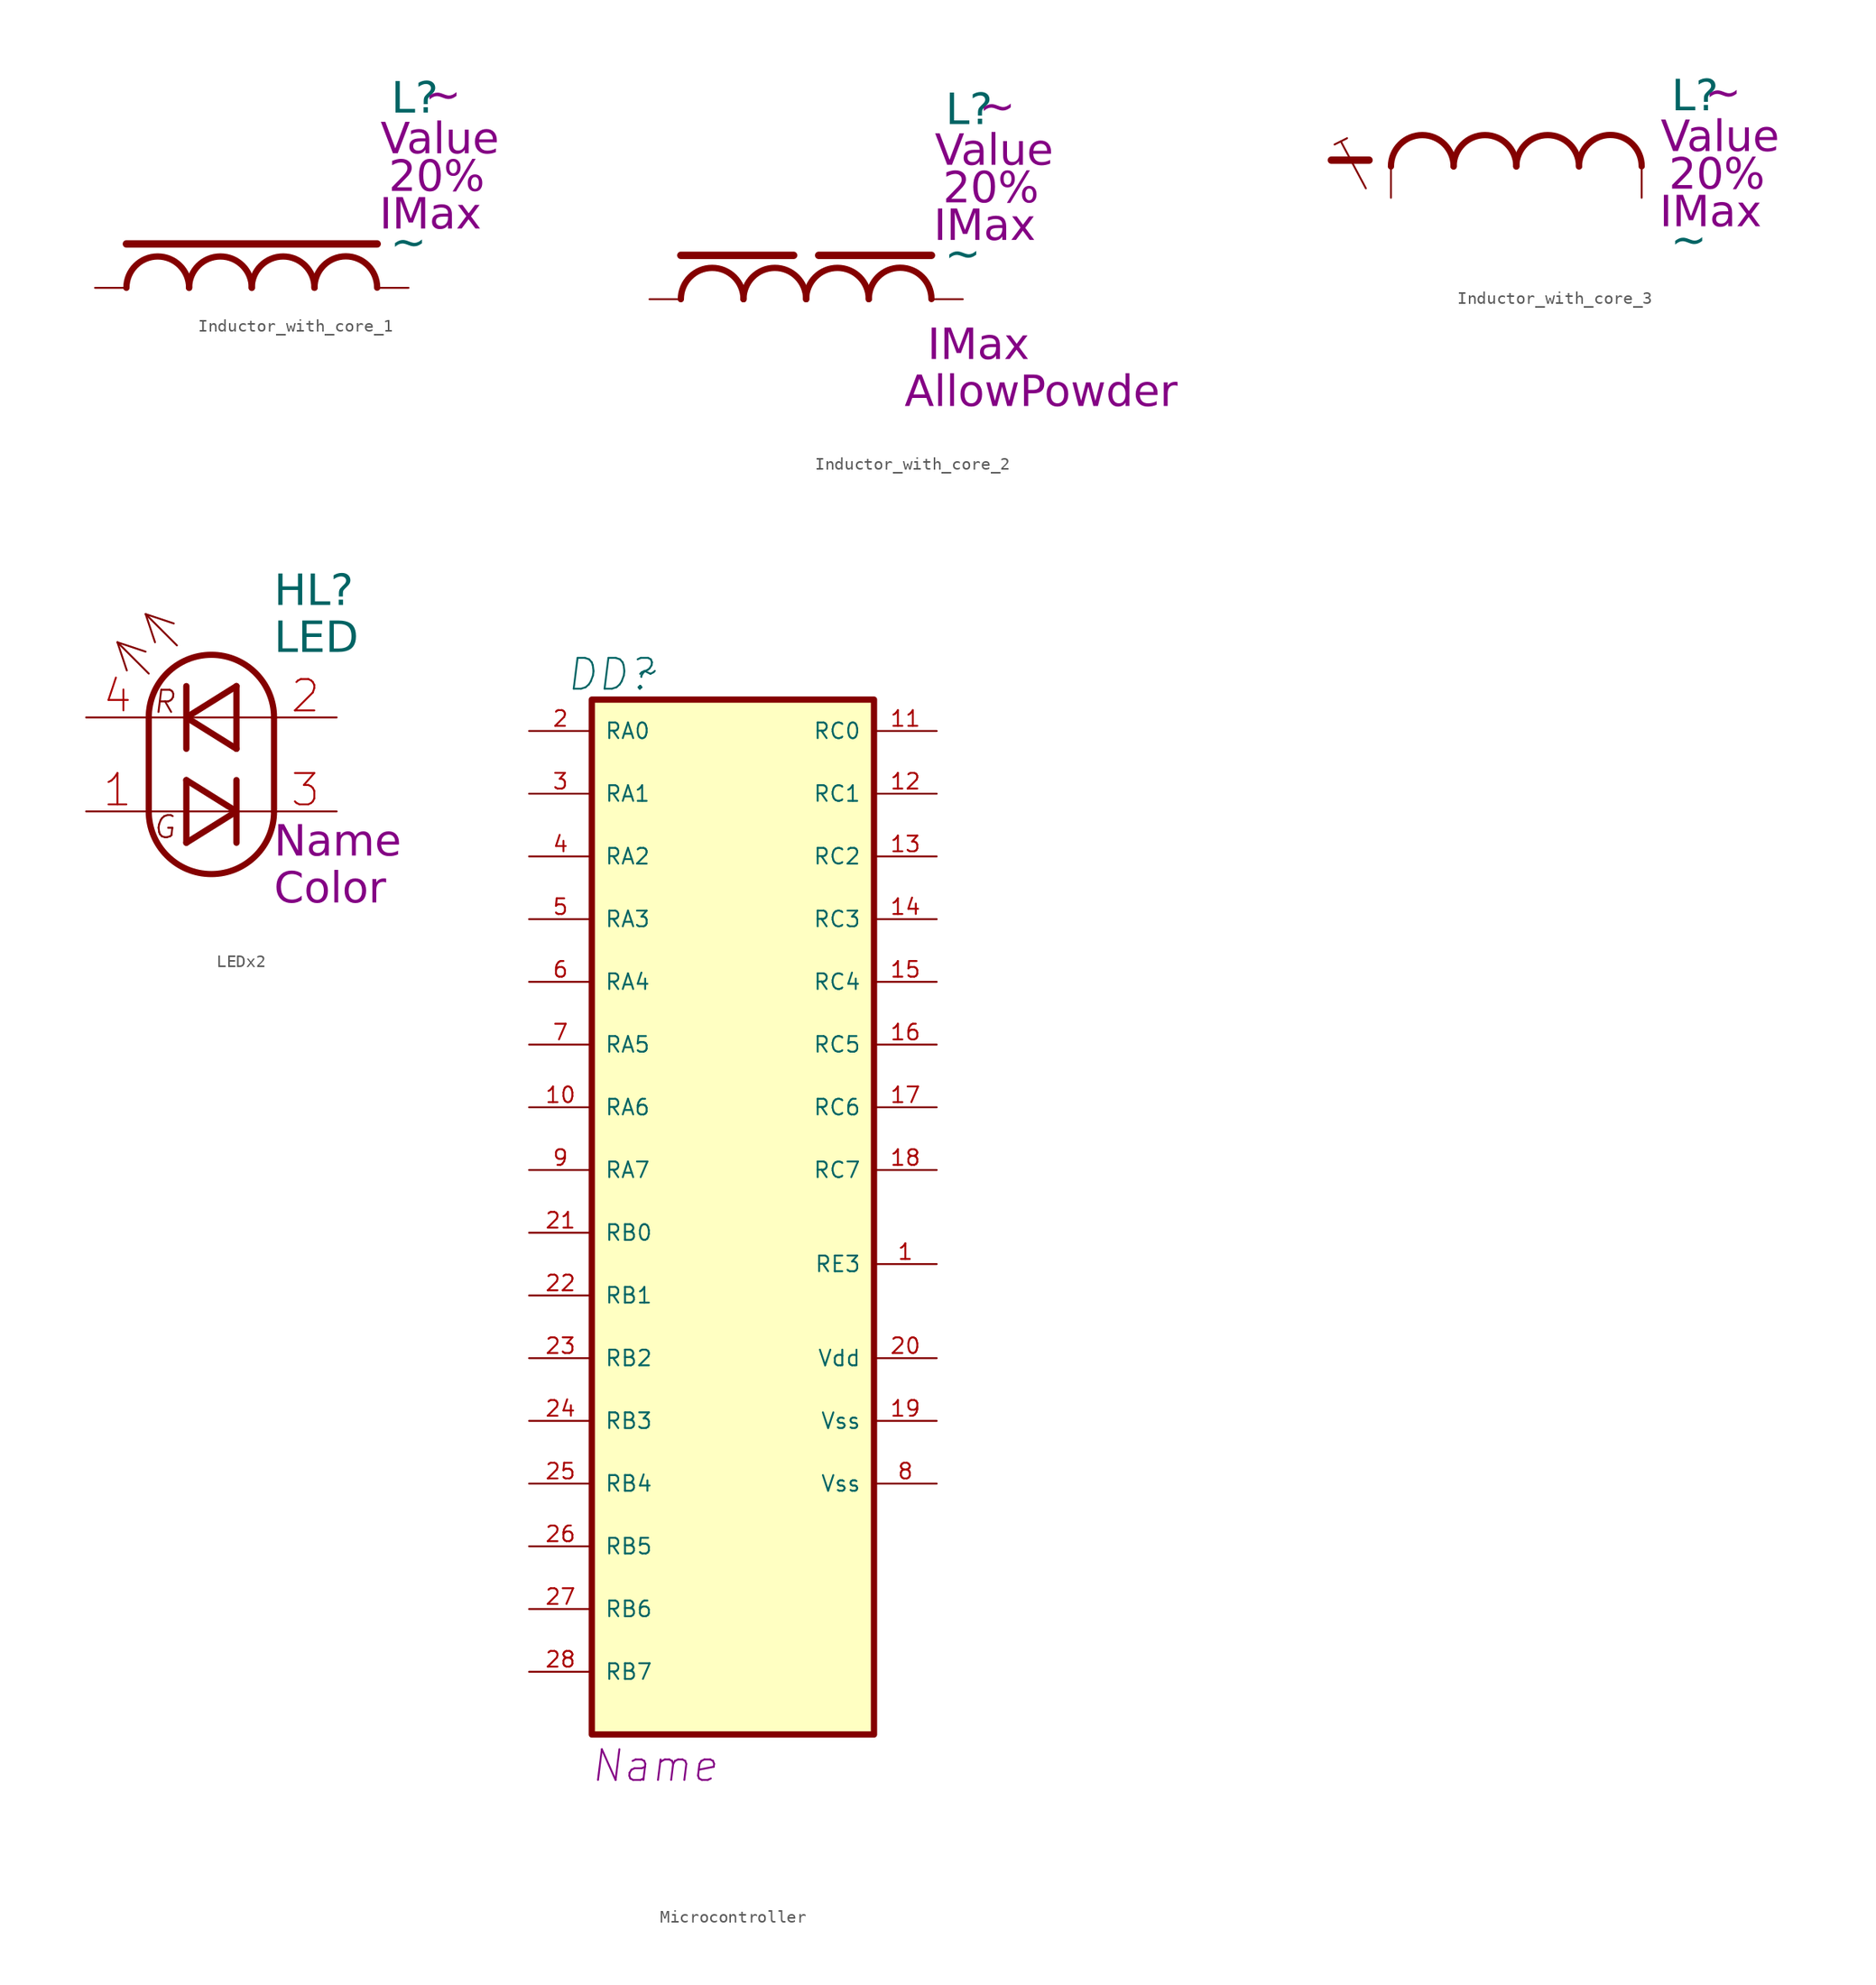
<source format=kicad_sym>
(kicad_symbol_lib
  (version 20241209)
  (generator "kicad_symbol_editor")
  (generator_version "9.0")
  (symbol "Inductor_with_core_1"
    (pin_numbers
      (hide yes))
    (pin_names
      (offset 1.016)
      (hide yes))
    (property "Reference" "L"
      (at 13.208 15.24 0)
      (effects (font (face "GOST type A") (size 2.5 2.5) (italic yes))))
    (property "Value" "~"
      (at 12.7 3.556 0)
      (effects (font (face "GOST type A") (size 2.5 2.5) (italic yes))))
    (property "Datasheet" "~"
      (at 15.494 15.494 0)
      (effects (font (face "GOST type A") (size 2.5 2.5) (italic yes))))
    (property "Inductance" "Value"
      (at 15.24 11.938 0)
      (effects (font (face "GOST type A") (size 2.5 2.5) (italic yes))))
    (property "Tolerance" "20%"
      (at 14.986 8.89 0)
      (effects (font (face "GOST type A") (size 2.5 2.5) (italic yes))))
    (property "MaxCurrentTemp" "IMax"
      (at 14.478 5.842 0)
      (effects (font (face "GOST type A") (size 2.5 2.5) (italic yes))))
    (property "MaxCurrentSat" ""
      (at -12.7 0 0)
      (effects (font (size 1.27 1.27))))
    (property "Type" ""
      (at -12.7 0 0)
      (effects (font (size 1.27 1.27))))
    (symbol "Inductor_with_core_1_0_1"
      (arc (start -10.16 0) (mid -7.62 2.529) (end -5.08 0) (stroke (width 0.508) (type solid)) (fill (type none)))
      (arc (start -5.08 0) (mid -2.54 2.529) (end 0 0) (stroke (width 0.508) (type solid)) (fill (type none)))
      (arc (start 0 0) (mid 2.54 2.529) (end 5.08 0) (stroke (width 0.508) (type solid)) (fill (type none)))
      (arc (start 5.08 0.011) (mid 7.62 2.54) (end 10.16 0.011) (stroke (width 0.508) (type solid)) (fill (type none))))
    (symbol "Inductor_with_core_1_1_1"
      (polyline (pts (xy -10.16 3.556) (xy 10.16 3.556) (xy 9.906 3.556)) (stroke (width 0.6) (type default)) (fill (type none)))
      (pin passive line (at -12.7 0 0) (length 2.54) (name "1" (effects (font (size 1.27 1.27)))) (number "1" (effects (font (size 1.27 1.27)))))
      (pin passive line (at 12.7 0 180) (length 2.54) (name "2" (effects (font (size 1.27 1.27)))) (number "2" (effects (font (size 1.27 1.27)))))))
  (symbol "Inductor_with_core_2"
    (pin_numbers
      (hide yes))
    (pin_names
      (offset 1.016)
      (hide yes))
    (property "Reference" "L"
      (at 13.208 15.24 0)
      (effects (font (face "GOST type A") (size 2.5 2.5) (italic yes))))
    (property "Value" "~"
      (at 12.7 3.556 0)
      (effects (font (face "GOST type A") (size 2.5 2.5) (italic yes))))
    (property "Datasheet" "~"
      (at 15.494 15.494 0)
      (effects (font (face "GOST type A") (size 2.5 2.5) (italic yes))))
    (property "Inductance" "Value"
      (at 15.24 11.938 0)
      (effects (font (face "GOST type A") (size 2.5 2.5) (italic yes))))
    (property "Tolerance" "20%"
      (at 14.986 8.89 0)
      (effects (font (face "GOST type A") (size 2.5 2.5) (italic yes))))
    (property "MaxCurrentTemp" "IMax"
      (at 14.478 5.842 0)
      (effects (font (face "GOST type A") (size 2.5 2.5) (italic yes))))
    (property "MaxCurrentSat" "IMax"
      (at 13.97 -3.81 0)
      (effects (font (face "GOST type A") (size 2.5 2.5) (italic yes))))
    (property "CoreType" "AllowPowder"
      (at 19.05 -7.62 0)
      (effects (font (face "GOST type A") (size 2.5 2.5) (italic yes))))
    (symbol "Inductor_with_core_2_0_1"
      (arc (start -10.16 0) (mid -7.62 2.529) (end -5.08 0) (stroke (width 0.508) (type solid)) (fill (type none)))
      (arc (start -5.08 0) (mid -2.54 2.529) (end 0 0) (stroke (width 0.508) (type solid)) (fill (type none)))
      (arc (start 0 0) (mid 2.54 2.529) (end 5.08 0) (stroke (width 0.508) (type solid)) (fill (type none)))
      (arc (start 5.08 0.011) (mid 7.62 2.54) (end 10.16 0.011) (stroke (width 0.508) (type solid)) (fill (type none))))
    (symbol "Inductor_with_core_2_1_1"
      (polyline (pts (xy -10.16 3.556) (xy -1.016 3.556) (xy -1.27 3.556)) (stroke (width 0.6) (type default)) (fill (type none)))
      (polyline (pts (xy 1.016 3.556) (xy 10.16 3.556) (xy 9.906 3.556)) (stroke (width 0.6) (type default)) (fill (type none)))
      (pin passive line (at -12.7 0 0) (length 2.54) (name "1" (effects (font (size 1.27 1.27)))) (number "1" (effects (font (size 1.27 1.27)))))
      (pin passive line (at 12.7 0 180) (length 2.54) (name "2" (effects (font (size 1.27 1.27)))) (number "2" (effects (font (size 1.27 1.27)))))))
  (symbol "Inductor_with_core_3"
    (pin_numbers
      (hide yes))
    (pin_names
      (offset 1.016)
      (hide yes))
    (property "Reference" "L"
      (at 14.478 5.588 0)
      (effects (font (face "GOST type A") (size 2.5 2.5) (italic yes))))
    (property "Value" "~"
      (at 13.97 -6.096 0)
      (effects (font (face "GOST type A") (size 2.5 2.5) (italic yes))))
    (property "Datasheet" "~"
      (at 16.764 5.842 0)
      (effects (font (face "GOST type A") (size 2.5 2.5) (italic yes))))
    (property "Inductance" "Value"
      (at 16.51 2.286 0)
      (effects (font (face "GOST type A") (size 2.5 2.5) (italic yes))))
    (property "Tolerance" "20%"
      (at 16.256 -0.762 0)
      (effects (font (face "GOST type A") (size 2.5 2.5) (italic yes))))
    (property "MaxCurrentTemp" "IMax"
      (at 15.748 -3.81 0)
      (effects (font (face "GOST type A") (size 2.5 2.5) (italic yes))))
    (property "MaxCurrentSat" ""
      (at -12.7 0 0)
      (effects (font (size 1.27 1.27))))
    (property "Type" ""
      (at -12.7 0 0)
      (effects (font (size 1.27 1.27))))
    (symbol "Inductor_with_core_3_0_1"
      (polyline (pts (xy -14.732 1.778) (xy -13.716 2.286)) (stroke (width 0) (type default)) (fill (type none)))
      (polyline (pts (xy -14.224 2.032) (xy -12.192 -1.778)) (stroke (width 0) (type default)) (fill (type none)))
      (arc (start -10.16 0) (mid -7.62 2.529) (end -5.08 0) (stroke (width 0.508) (type solid)) (fill (type none)))
      (arc (start -5.08 0) (mid -2.54 2.529) (end 0 0) (stroke (width 0.508) (type solid)) (fill (type none)))
      (arc (start 0 0) (mid 2.54 2.529) (end 5.08 0) (stroke (width 0.508) (type solid)) (fill (type none)))
      (arc (start 5.08 0.011) (mid 7.62 2.54) (end 10.16 0.011) (stroke (width 0.508) (type solid)) (fill (type none))))
    (symbol "Inductor_with_core_3_1_1"
      (polyline (pts (xy -14.986 0.508) (xy -13.462 0.508) (xy -11.938 0.508)) (stroke (width 0.6) (type default)) (fill (type none)))
      (pin passive line (at -10.16 -2.54 90) (length 2.54) (name "1" (effects (font (size 1.27 1.27)))) (number "1" (effects (font (size 1.27 1.27)))))
      (pin passive line (at 10.16 -2.54 90) (length 2.54) (name "2" (effects (font (size 1.27 1.27)))) (number "2" (effects (font (size 1.27 1.27)))))))
  (symbol "LEDx2"
    (pin_names
      (offset 1.016)
      (hide yes))
    (property "Reference" "HL"
      (at 5.08 10.16 0)
      (effects (font (face "GOST type A") (size 2.5 2.5) (italic yes)) (justify left)))
    (property "Value" "LED"
      (at 5.08 6.35 0)
      (effects (font (face "GOST type A") (size 2.5 2.5) (italic yes)) (justify left)))
    (property "Name" "Name"
      (at 5.08 -10.16 0)
      (effects (font (face "GOST type A") (size 2.5 2.5) (italic yes)) (justify left)))
    (property "Color" "Color"
      (at 5.08 -13.97 0)
      (effects (font (face "GOST type A") (size 2.489 2.489) (italic yes)) (justify left)))
    (symbol "LEDx2_0_1"
      (polyline (pts (xy -5.08 3.556) (xy -7.62 6.096)) (stroke (width 0) (type solid)) (fill (type none)))
      (polyline (pts (xy -5.08 0) (xy -5.08 -7.62)) (stroke (width 0.5) (type default)) (fill (type none)))
      (polyline (pts (xy -5.08 0) (xy 5.08 0)) (stroke (width 0) (type solid)) (fill (type none)))
      (polyline (pts (xy -2.032 -2.54) (xy -2.032 2.54)) (stroke (width 0.508) (type solid)) (fill (type none)))
      (polyline (pts (xy -2.032 -10.16) (xy -2.032 -5.08)) (stroke (width 0.508) (type solid)) (fill (type none)))
      (polyline (pts (xy -2.032 -10.16) (xy 2.032 -7.62) (xy -2.032 -5.08)) (stroke (width 0.508) (type solid)) (fill (type none)))
      (arc (start -5.08 0) (mid 0 5.08) (end 5.08 0) (stroke (width 0.5) (type default)) (fill (type none)))
      (arc (start 5.08 -7.62) (mid 0 -12.7) (end -5.08 -7.62) (stroke (width 0.5) (type default)) (fill (type none)))
      (polyline (pts (xy 2.032 -2.54) (xy 2.032 2.54)) (stroke (width 0.508) (type solid)) (fill (type none)))
      (polyline (pts (xy 2.032 -2.54) (xy -2.032 0) (xy 2.032 2.54)) (stroke (width 0.508) (type solid)) (fill (type none)))
      (polyline (pts (xy 2.032 -10.16) (xy 2.032 -5.08)) (stroke (width 0.508) (type solid)) (fill (type none)))
      (polyline (pts (xy 5.08 -7.62) (xy -5.08 -7.62)) (stroke (width 0) (type solid)) (fill (type none)))
      (polyline (pts (xy 5.08 -7.62) (xy 5.08 0)) (stroke (width 0.5) (type default)) (fill (type none))))
    (symbol "LEDx2_1_1"
      (polyline (pts (xy -7.62 6.096) (xy -6.858 3.81)) (stroke (width 0) (type solid)) (fill (type none)))
      (polyline (pts (xy -7.62 6.096) (xy -5.334 5.334)) (stroke (width 0) (type solid)) (fill (type none)))
      (polyline (pts (xy -5.334 8.382) (xy -4.572 6.096)) (stroke (width 0) (type solid)) (fill (type none)))
      (polyline (pts (xy -5.334 8.382) (xy -3.048 7.62)) (stroke (width 0) (type solid)) (fill (type none)))
      (polyline (pts (xy -2.794 5.842) (xy -5.334 8.382)) (stroke (width 0) (type solid)) (fill (type none)))
      (text "R" (at -3.81 1.27 0) (effects (font (size 1.8 1.8) (italic yes))))
      (text "G" (at -3.81 -8.89 0) (effects (font (size 1.8 1.8) (italic yes))))
      (pin passive line (at -10.16 0 0) (length 5.08) (name "K2" (effects (font (size 2.54 2.54)))) (number "4" (effects (font (size 2.54 2.54)))))
      (pin passive line (at -10.16 -7.62 0) (length 5.08) (name "A1" (effects (font (size 2.54 2.54)))) (number "1" (effects (font (size 2.54 2.54)))))
      (pin passive line (at 10.16 0 180) (length 5.08) (name "A2" (effects (font (size 2.54 2.54)))) (number "2" (effects (font (size 2.54 2.54)))))
      (pin passive line (at 10.16 -7.62 180) (length 5.08) (name "K1" (effects (font (size 2.54 2.54)))) (number "3" (effects (font (size 2.54 2.54)))))))
  (symbol "Microcontroller"
    (pin_names
      (offset 1.016))
    (property "Reference" "DD"
      (at -18.796 22.352 0)
      (effects (font (size 2.5 2.5) (italic yes))))
    (property "Value" "~"
      (at -15.748 22.606 0)
      (effects (font (size 2.5 2.5))))
    (property "Name" "Name"
      (at -15.24 -66.04 0)
      (effects (font (size 2.489 2.489) (italic yes))))
    (symbol "Microcontroller_0_1"
      (pin bidirectional line (at 7.62 17.78 180) (length 5.08) (name "RC0" (effects (font (size 1.27 1.27)))) (number "11" (effects (font (size 1.27 1.27)))))
      (pin bidirectional line (at 7.62 12.7 180) (length 5.08) (name "RC1" (effects (font (size 1.27 1.27)))) (number "12" (effects (font (size 1.27 1.27))))))
    (symbol "Microcontroller_1_1"
      (rectangle (start -20.32 20.32) (end 2.54 -63.5) (stroke (width 0.508) (type solid)) (fill (type background)))
      (pin bidirectional line (at -25.4 17.78 0) (length 5.08) (name "RA0" (effects (font (size 1.27 1.27)))) (number "2" (effects (font (size 1.27 1.27)))))
      (pin bidirectional line (at -25.4 12.7 0) (length 5.08) (name "RA1" (effects (font (size 1.27 1.27)))) (number "3" (effects (font (size 1.27 1.27)))))
      (pin bidirectional line (at -25.4 7.62 0) (length 5.08) (name "RA2" (effects (font (size 1.27 1.27)))) (number "4" (effects (font (size 1.27 1.27)))))
      (pin bidirectional line (at -25.4 2.54 0) (length 5.08) (name "RA3" (effects (font (size 1.27 1.27)))) (number "5" (effects (font (size 1.27 1.27)))))
      (pin bidirectional line (at -25.4 -2.54 0) (length 5.08) (name "RA4" (effects (font (size 1.27 1.27)))) (number "6" (effects (font (size 1.27 1.27)))))
      (pin bidirectional line (at -25.4 -7.62 0) (length 5.08) (name "RA5" (effects (font (size 1.27 1.27)))) (number "7" (effects (font (size 1.27 1.27)))))
      (pin bidirectional line (at -25.4 -12.7 0) (length 5.08) (name "RA6" (effects (font (size 1.27 1.27)))) (number "10" (effects (font (size 1.27 1.27)))))
      (pin bidirectional line (at -25.4 -17.78 0) (length 5.08) (name "RA7" (effects (font (size 1.27 1.27)))) (number "9" (effects (font (size 1.27 1.27)))))
      (pin bidirectional line (at -25.4 -22.86 0) (length 5.08) (name "RB0" (effects (font (size 1.27 1.27)))) (number "21" (effects (font (size 1.27 1.27)))))
      (pin bidirectional line (at -25.4 -27.94 0) (length 5.08) (name "RB1" (effects (font (size 1.27 1.27)))) (number "22" (effects (font (size 1.27 1.27)))))
      (pin bidirectional line (at -25.4 -33.02 0) (length 5.08) (name "RB2" (effects (font (size 1.27 1.27)))) (number "23" (effects (font (size 1.27 1.27)))))
      (pin bidirectional line (at -25.4 -38.1 0) (length 5.08) (name "RB3" (effects (font (size 1.27 1.27)))) (number "24" (effects (font (size 1.27 1.27)))))
      (pin bidirectional line (at -25.4 -43.18 0) (length 5.08) (name "RB4" (effects (font (size 1.27 1.27)))) (number "25" (effects (font (size 1.27 1.27)))))
      (pin bidirectional line (at -25.4 -48.26 0) (length 5.08) (name "RB5" (effects (font (size 1.27 1.27)))) (number "26" (effects (font (size 1.27 1.27)))))
      (pin bidirectional line (at -25.4 -53.34 0) (length 5.08) (name "RB6" (effects (font (size 1.27 1.27)))) (number "27" (effects (font (size 1.27 1.27)))))
      (pin bidirectional line (at -25.4 -58.42 0) (length 5.08) (name "RB7" (effects (font (size 1.27 1.27)))) (number "28" (effects (font (size 1.27 1.27)))))
      (pin bidirectional line (at 7.62 7.62 180) (length 5.08) (name "RC2" (effects (font (size 1.27 1.27)))) (number "13" (effects (font (size 1.27 1.27)))))
      (pin bidirectional line (at 7.62 2.54 180) (length 5.08) (name "RC3" (effects (font (size 1.27 1.27)))) (number "14" (effects (font (size 1.27 1.27)))))
      (pin bidirectional line (at 7.62 -2.54 180) (length 5.08) (name "RC4" (effects (font (size 1.27 1.27)))) (number "15" (effects (font (size 1.27 1.27)))))
      (pin bidirectional line (at 7.62 -7.62 180) (length 5.08) (name "RC5" (effects (font (size 1.27 1.27)))) (number "16" (effects (font (size 1.27 1.27)))))
      (pin bidirectional line (at 7.62 -12.7 180) (length 5.08) (name "RC6" (effects (font (size 1.27 1.27)))) (number "17" (effects (font (size 1.27 1.27)))))
      (pin bidirectional line (at 7.62 -17.78 180) (length 5.08) (name "RC7" (effects (font (size 1.27 1.27)))) (number "18" (effects (font (size 1.27 1.27)))))
      (pin bidirectional line (at 7.62 -25.4 180) (length 5.08) (name "RE3" (effects (font (size 1.27 1.27)))) (number "1" (effects (font (size 1.27 1.27)))))
      (pin power_in line (at 7.62 -33.02 180) (length 5.08) (name "Vdd" (effects (font (size 1.27 1.27)))) (number "20" (effects (font (size 1.27 1.27)))))
      (pin power_in line (at 7.62 -38.1 180) (length 5.08) (name "Vss" (effects (font (size 1.27 1.27)))) (number "19" (effects (font (size 1.27 1.27)))))
      (pin power_in line (at 7.62 -43.18 180) (length 5.08) (name "Vss" (effects (font (size 1.27 1.27)))) (number "8" (effects (font (size 1.27 1.27))))))))
</source>
